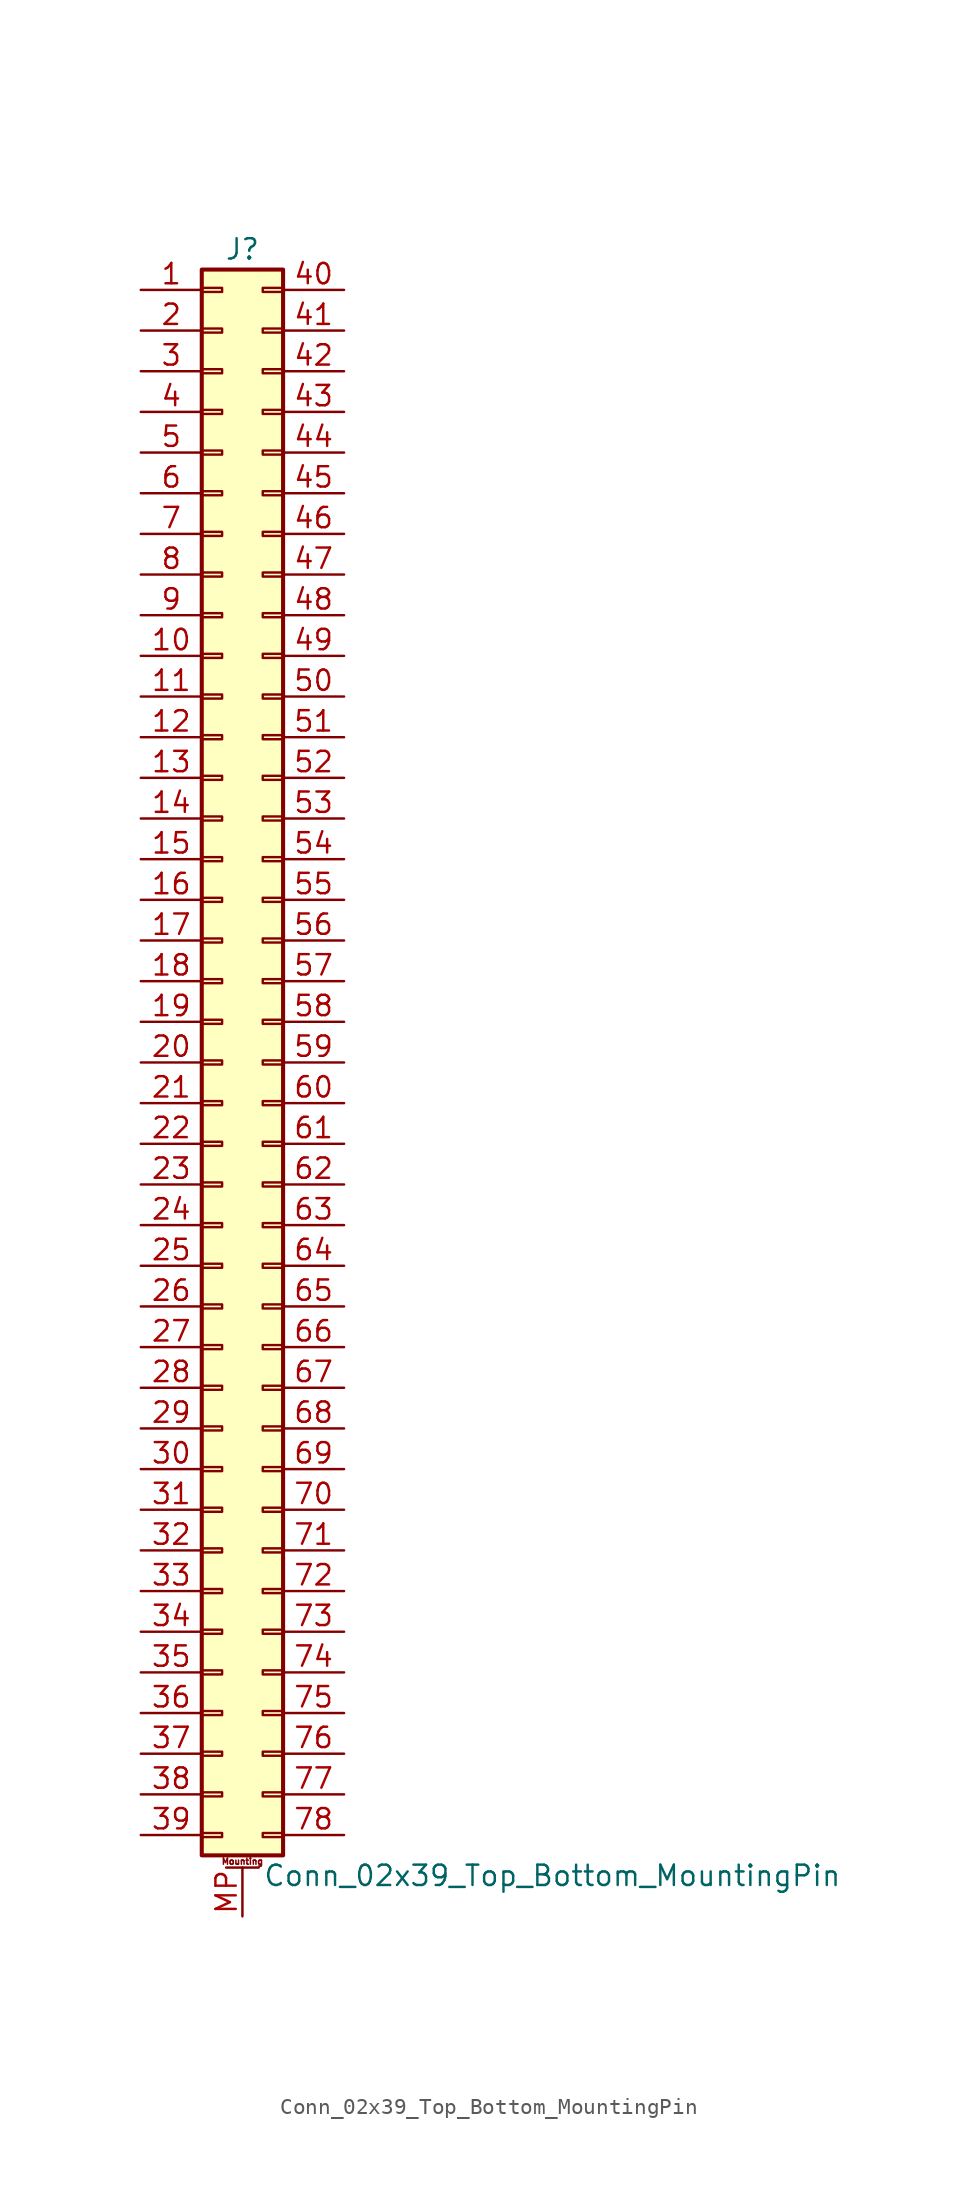
<source format=kicad_sym>
(kicad_symbol_lib
  (version 20201005)
  (generator kicad_symbol_editor)
  (symbol "Conn_02x39_Top_Bottom_MountingPin"
    (pin_names
      (offset 1.016) hide)
    (property "Reference" "J"
      (at 1.27 50.8 0)
      (effects (font (size 1.27 1.27))))
    (property "Value" "Conn_02x39_Top_Bottom_MountingPin"
      (at 2.54 -50.8 0)
      (effects (font (size 1.27 1.27)) (justify left)))
    (symbol "Conn_02x39_Top_Bottom_MountingPin_1_1"
      (text "Mounting" (at 1.27 -49.911 0) (effects (font (size 0.381 0.381))))
      (rectangle (start -1.27 -48.133) (end 0 -48.387) (stroke (width 0.152)) (fill (type none)))
      (rectangle (start -1.27 -45.593) (end 0 -45.847) (stroke (width 0.152)) (fill (type none)))
      (rectangle (start -1.27 -43.053) (end 0 -43.307) (stroke (width 0.152)) (fill (type none)))
      (rectangle (start -1.27 -40.513) (end 0 -40.767) (stroke (width 0.152)) (fill (type none)))
      (rectangle (start -1.27 -37.973) (end 0 -38.227) (stroke (width 0.152)) (fill (type none)))
      (rectangle (start -1.27 -35.433) (end 0 -35.687) (stroke (width 0.152)) (fill (type none)))
      (rectangle (start -1.27 -32.893) (end 0 -33.147) (stroke (width 0.152)) (fill (type none)))
      (rectangle (start -1.27 -30.353) (end 0 -30.607) (stroke (width 0.152)) (fill (type none)))
      (rectangle (start -1.27 -27.813) (end 0 -28.067) (stroke (width 0.152)) (fill (type none)))
      (rectangle (start -1.27 -25.273) (end 0 -25.527) (stroke (width 0.152)) (fill (type none)))
      (rectangle (start -1.27 -22.733) (end 0 -22.987) (stroke (width 0.152)) (fill (type none)))
      (rectangle (start -1.27 -20.193) (end 0 -20.447) (stroke (width 0.152)) (fill (type none)))
      (rectangle (start -1.27 -17.653) (end 0 -17.907) (stroke (width 0.152)) (fill (type none)))
      (rectangle (start -1.27 -15.113) (end 0 -15.367) (stroke (width 0.152)) (fill (type none)))
      (rectangle (start -1.27 -12.573) (end 0 -12.827) (stroke (width 0.152)) (fill (type none)))
      (rectangle (start -1.27 -10.033) (end 0 -10.287) (stroke (width 0.152)) (fill (type none)))
      (rectangle (start -1.27 -7.493) (end 0 -7.747) (stroke (width 0.152)) (fill (type none)))
      (rectangle (start -1.27 -4.953) (end 0 -5.207) (stroke (width 0.152)) (fill (type none)))
      (rectangle (start -1.27 -2.413) (end 0 -2.667) (stroke (width 0.152)) (fill (type none)))
      (rectangle (start -1.27 0.127) (end 0 -0.127) (stroke (width 0.152)) (fill (type none)))
      (rectangle (start -1.27 2.667) (end 0 2.413) (stroke (width 0.152)) (fill (type none)))
      (rectangle (start -1.27 5.207) (end 0 4.953) (stroke (width 0.152)) (fill (type none)))
      (rectangle (start -1.27 7.747) (end 0 7.493) (stroke (width 0.152)) (fill (type none)))
      (rectangle (start -1.27 10.287) (end 0 10.033) (stroke (width 0.152)) (fill (type none)))
      (rectangle (start -1.27 12.827) (end 0 12.573) (stroke (width 0.152)) (fill (type none)))
      (rectangle (start -1.27 15.367) (end 0 15.113) (stroke (width 0.152)) (fill (type none)))
      (rectangle (start -1.27 17.907) (end 0 17.653) (stroke (width 0.152)) (fill (type none)))
      (rectangle (start -1.27 20.447) (end 0 20.193) (stroke (width 0.152)) (fill (type none)))
      (rectangle (start -1.27 22.987) (end 0 22.733) (stroke (width 0.152)) (fill (type none)))
      (rectangle (start -1.27 25.527) (end 0 25.273) (stroke (width 0.152)) (fill (type none)))
      (rectangle (start -1.27 28.067) (end 0 27.813) (stroke (width 0.152)) (fill (type none)))
      (rectangle (start -1.27 30.607) (end 0 30.353) (stroke (width 0.152)) (fill (type none)))
      (rectangle (start -1.27 33.147) (end 0 32.893) (stroke (width 0.152)) (fill (type none)))
      (rectangle (start -1.27 35.687) (end 0 35.433) (stroke (width 0.152)) (fill (type none)))
      (rectangle (start -1.27 38.227) (end 0 37.973) (stroke (width 0.152)) (fill (type none)))
      (rectangle (start -1.27 40.767) (end 0 40.513) (stroke (width 0.152)) (fill (type none)))
      (rectangle (start -1.27 43.307) (end 0 43.053) (stroke (width 0.152)) (fill (type none)))
      (rectangle (start -1.27 45.847) (end 0 45.593) (stroke (width 0.152)) (fill (type none)))
      (rectangle (start -1.27 48.387) (end 0 48.133) (stroke (width 0.152)) (fill (type none)))
      (rectangle (start 3.81 -48.133) (end 2.54 -48.387) (stroke (width 0.152)) (fill (type none)))
      (rectangle (start 3.81 -45.593) (end 2.54 -45.847) (stroke (width 0.152)) (fill (type none)))
      (rectangle (start 3.81 -43.053) (end 2.54 -43.307) (stroke (width 0.152)) (fill (type none)))
      (rectangle (start 3.81 -40.513) (end 2.54 -40.767) (stroke (width 0.152)) (fill (type none)))
      (rectangle (start 3.81 -37.973) (end 2.54 -38.227) (stroke (width 0.152)) (fill (type none)))
      (rectangle (start 3.81 -35.433) (end 2.54 -35.687) (stroke (width 0.152)) (fill (type none)))
      (rectangle (start 3.81 -32.893) (end 2.54 -33.147) (stroke (width 0.152)) (fill (type none)))
      (rectangle (start 3.81 -30.353) (end 2.54 -30.607) (stroke (width 0.152)) (fill (type none)))
      (rectangle (start 3.81 -27.813) (end 2.54 -28.067) (stroke (width 0.152)) (fill (type none)))
      (rectangle (start 3.81 -25.273) (end 2.54 -25.527) (stroke (width 0.152)) (fill (type none)))
      (rectangle (start 3.81 -22.733) (end 2.54 -22.987) (stroke (width 0.152)) (fill (type none)))
      (rectangle (start 3.81 -20.193) (end 2.54 -20.447) (stroke (width 0.152)) (fill (type none)))
      (rectangle (start 3.81 -17.653) (end 2.54 -17.907) (stroke (width 0.152)) (fill (type none)))
      (rectangle (start 3.81 -15.113) (end 2.54 -15.367) (stroke (width 0.152)) (fill (type none)))
      (rectangle (start 3.81 -12.573) (end 2.54 -12.827) (stroke (width 0.152)) (fill (type none)))
      (rectangle (start 3.81 -10.033) (end 2.54 -10.287) (stroke (width 0.152)) (fill (type none)))
      (rectangle (start 3.81 -7.493) (end 2.54 -7.747) (stroke (width 0.152)) (fill (type none)))
      (rectangle (start 3.81 -4.953) (end 2.54 -5.207) (stroke (width 0.152)) (fill (type none)))
      (rectangle (start 3.81 -2.413) (end 2.54 -2.667) (stroke (width 0.152)) (fill (type none)))
      (rectangle (start 3.81 0.127) (end 2.54 -0.127) (stroke (width 0.152)) (fill (type none)))
      (rectangle (start 3.81 2.667) (end 2.54 2.413) (stroke (width 0.152)) (fill (type none)))
      (rectangle (start 3.81 5.207) (end 2.54 4.953) (stroke (width 0.152)) (fill (type none)))
      (rectangle (start 3.81 7.747) (end 2.54 7.493) (stroke (width 0.152)) (fill (type none)))
      (rectangle (start 3.81 10.287) (end 2.54 10.033) (stroke (width 0.152)) (fill (type none)))
      (rectangle (start 3.81 12.827) (end 2.54 12.573) (stroke (width 0.152)) (fill (type none)))
      (rectangle (start 3.81 15.367) (end 2.54 15.113) (stroke (width 0.152)) (fill (type none)))
      (rectangle (start 3.81 17.907) (end 2.54 17.653) (stroke (width 0.152)) (fill (type none)))
      (rectangle (start 3.81 20.447) (end 2.54 20.193) (stroke (width 0.152)) (fill (type none)))
      (rectangle (start 3.81 22.987) (end 2.54 22.733) (stroke (width 0.152)) (fill (type none)))
      (rectangle (start 3.81 25.527) (end 2.54 25.273) (stroke (width 0.152)) (fill (type none)))
      (rectangle (start 3.81 28.067) (end 2.54 27.813) (stroke (width 0.152)) (fill (type none)))
      (rectangle (start 3.81 30.607) (end 2.54 30.353) (stroke (width 0.152)) (fill (type none)))
      (rectangle (start 3.81 33.147) (end 2.54 32.893) (stroke (width 0.152)) (fill (type none)))
      (rectangle (start 3.81 35.687) (end 2.54 35.433) (stroke (width 0.152)) (fill (type none)))
      (rectangle (start 3.81 38.227) (end 2.54 37.973) (stroke (width 0.152)) (fill (type none)))
      (rectangle (start 3.81 40.767) (end 2.54 40.513) (stroke (width 0.152)) (fill (type none)))
      (rectangle (start 3.81 43.307) (end 2.54 43.053) (stroke (width 0.152)) (fill (type none)))
      (rectangle (start 3.81 45.847) (end 2.54 45.593) (stroke (width 0.152)) (fill (type none)))
      (rectangle (start 3.81 48.387) (end 2.54 48.133) (stroke (width 0.152)) (fill (type none)))
      (rectangle (start -1.27 49.53) (end 3.81 -49.53) (stroke (width 0.254)) (fill (type background)))
      (polyline (pts (xy 0.254 -50.292) (xy 2.286 -50.292)) (stroke (width 0.152)) (fill (type none)))
      (pin passive line (at -5.08 48.26 0) (length 3.81) (name "Pin_1" (effects (font (size 1.27 1.27)))) (number "1" (effects (font (size 1.27 1.27)))))
      (pin passive line (at -5.08 25.4 0) (length 3.81) (name "Pin_10" (effects (font (size 1.27 1.27)))) (number "10" (effects (font (size 1.27 1.27)))))
      (pin passive line (at -5.08 22.86 0) (length 3.81) (name "Pin_11" (effects (font (size 1.27 1.27)))) (number "11" (effects (font (size 1.27 1.27)))))
      (pin passive line (at -5.08 20.32 0) (length 3.81) (name "Pin_12" (effects (font (size 1.27 1.27)))) (number "12" (effects (font (size 1.27 1.27)))))
      (pin passive line (at -5.08 17.78 0) (length 3.81) (name "Pin_13" (effects (font (size 1.27 1.27)))) (number "13" (effects (font (size 1.27 1.27)))))
      (pin passive line (at -5.08 15.24 0) (length 3.81) (name "Pin_14" (effects (font (size 1.27 1.27)))) (number "14" (effects (font (size 1.27 1.27)))))
      (pin passive line (at -5.08 12.7 0) (length 3.81) (name "Pin_15" (effects (font (size 1.27 1.27)))) (number "15" (effects (font (size 1.27 1.27)))))
      (pin passive line (at -5.08 10.16 0) (length 3.81) (name "Pin_16" (effects (font (size 1.27 1.27)))) (number "16" (effects (font (size 1.27 1.27)))))
      (pin passive line (at -5.08 7.62 0) (length 3.81) (name "Pin_17" (effects (font (size 1.27 1.27)))) (number "17" (effects (font (size 1.27 1.27)))))
      (pin passive line (at -5.08 5.08 0) (length 3.81) (name "Pin_18" (effects (font (size 1.27 1.27)))) (number "18" (effects (font (size 1.27 1.27)))))
      (pin passive line (at -5.08 2.54 0) (length 3.81) (name "Pin_19" (effects (font (size 1.27 1.27)))) (number "19" (effects (font (size 1.27 1.27)))))
      (pin passive line (at -5.08 45.72 0) (length 3.81) (name "Pin_2" (effects (font (size 1.27 1.27)))) (number "2" (effects (font (size 1.27 1.27)))))
      (pin passive line (at -5.08 0 0) (length 3.81) (name "Pin_20" (effects (font (size 1.27 1.27)))) (number "20" (effects (font (size 1.27 1.27)))))
      (pin passive line (at -5.08 -2.54 0) (length 3.81) (name "Pin_21" (effects (font (size 1.27 1.27)))) (number "21" (effects (font (size 1.27 1.27)))))
      (pin passive line (at -5.08 -5.08 0) (length 3.81) (name "Pin_22" (effects (font (size 1.27 1.27)))) (number "22" (effects (font (size 1.27 1.27)))))
      (pin passive line (at -5.08 -7.62 0) (length 3.81) (name "Pin_23" (effects (font (size 1.27 1.27)))) (number "23" (effects (font (size 1.27 1.27)))))
      (pin passive line (at -5.08 -10.16 0) (length 3.81) (name "Pin_24" (effects (font (size 1.27 1.27)))) (number "24" (effects (font (size 1.27 1.27)))))
      (pin passive line (at -5.08 -12.7 0) (length 3.81) (name "Pin_25" (effects (font (size 1.27 1.27)))) (number "25" (effects (font (size 1.27 1.27)))))
      (pin passive line (at -5.08 -15.24 0) (length 3.81) (name "Pin_26" (effects (font (size 1.27 1.27)))) (number "26" (effects (font (size 1.27 1.27)))))
      (pin passive line (at -5.08 -17.78 0) (length 3.81) (name "Pin_27" (effects (font (size 1.27 1.27)))) (number "27" (effects (font (size 1.27 1.27)))))
      (pin passive line (at -5.08 -20.32 0) (length 3.81) (name "Pin_28" (effects (font (size 1.27 1.27)))) (number "28" (effects (font (size 1.27 1.27)))))
      (pin passive line (at -5.08 -22.86 0) (length 3.81) (name "Pin_29" (effects (font (size 1.27 1.27)))) (number "29" (effects (font (size 1.27 1.27)))))
      (pin passive line (at -5.08 43.18 0) (length 3.81) (name "Pin_3" (effects (font (size 1.27 1.27)))) (number "3" (effects (font (size 1.27 1.27)))))
      (pin passive line (at -5.08 -25.4 0) (length 3.81) (name "Pin_30" (effects (font (size 1.27 1.27)))) (number "30" (effects (font (size 1.27 1.27)))))
      (pin passive line (at -5.08 -27.94 0) (length 3.81) (name "Pin_31" (effects (font (size 1.27 1.27)))) (number "31" (effects (font (size 1.27 1.27)))))
      (pin passive line (at -5.08 -30.48 0) (length 3.81) (name "Pin_32" (effects (font (size 1.27 1.27)))) (number "32" (effects (font (size 1.27 1.27)))))
      (pin passive line (at -5.08 -33.02 0) (length 3.81) (name "Pin_33" (effects (font (size 1.27 1.27)))) (number "33" (effects (font (size 1.27 1.27)))))
      (pin passive line (at -5.08 -35.56 0) (length 3.81) (name "Pin_34" (effects (font (size 1.27 1.27)))) (number "34" (effects (font (size 1.27 1.27)))))
      (pin passive line (at -5.08 -38.1 0) (length 3.81) (name "Pin_35" (effects (font (size 1.27 1.27)))) (number "35" (effects (font (size 1.27 1.27)))))
      (pin passive line (at -5.08 -40.64 0) (length 3.81) (name "Pin_36" (effects (font (size 1.27 1.27)))) (number "36" (effects (font (size 1.27 1.27)))))
      (pin passive line (at -5.08 -43.18 0) (length 3.81) (name "Pin_37" (effects (font (size 1.27 1.27)))) (number "37" (effects (font (size 1.27 1.27)))))
      (pin passive line (at -5.08 -45.72 0) (length 3.81) (name "Pin_38" (effects (font (size 1.27 1.27)))) (number "38" (effects (font (size 1.27 1.27)))))
      (pin passive line (at -5.08 -48.26 0) (length 3.81) (name "Pin_39" (effects (font (size 1.27 1.27)))) (number "39" (effects (font (size 1.27 1.27)))))
      (pin passive line (at -5.08 40.64 0) (length 3.81) (name "Pin_4" (effects (font (size 1.27 1.27)))) (number "4" (effects (font (size 1.27 1.27)))))
      (pin passive line (at 7.62 48.26 180) (length 3.81) (name "Pin_40" (effects (font (size 1.27 1.27)))) (number "40" (effects (font (size 1.27 1.27)))))
      (pin passive line (at 7.62 45.72 180) (length 3.81) (name "Pin_41" (effects (font (size 1.27 1.27)))) (number "41" (effects (font (size 1.27 1.27)))))
      (pin passive line (at 7.62 43.18 180) (length 3.81) (name "Pin_42" (effects (font (size 1.27 1.27)))) (number "42" (effects (font (size 1.27 1.27)))))
      (pin passive line (at 7.62 40.64 180) (length 3.81) (name "Pin_43" (effects (font (size 1.27 1.27)))) (number "43" (effects (font (size 1.27 1.27)))))
      (pin passive line (at 7.62 38.1 180) (length 3.81) (name "Pin_44" (effects (font (size 1.27 1.27)))) (number "44" (effects (font (size 1.27 1.27)))))
      (pin passive line (at 7.62 35.56 180) (length 3.81) (name "Pin_45" (effects (font (size 1.27 1.27)))) (number "45" (effects (font (size 1.27 1.27)))))
      (pin passive line (at 7.62 33.02 180) (length 3.81) (name "Pin_46" (effects (font (size 1.27 1.27)))) (number "46" (effects (font (size 1.27 1.27)))))
      (pin passive line (at 7.62 30.48 180) (length 3.81) (name "Pin_47" (effects (font (size 1.27 1.27)))) (number "47" (effects (font (size 1.27 1.27)))))
      (pin passive line (at 7.62 27.94 180) (length 3.81) (name "Pin_48" (effects (font (size 1.27 1.27)))) (number "48" (effects (font (size 1.27 1.27)))))
      (pin passive line (at 7.62 25.4 180) (length 3.81) (name "Pin_49" (effects (font (size 1.27 1.27)))) (number "49" (effects (font (size 1.27 1.27)))))
      (pin passive line (at -5.08 38.1 0) (length 3.81) (name "Pin_5" (effects (font (size 1.27 1.27)))) (number "5" (effects (font (size 1.27 1.27)))))
      (pin passive line (at 7.62 22.86 180) (length 3.81) (name "Pin_50" (effects (font (size 1.27 1.27)))) (number "50" (effects (font (size 1.27 1.27)))))
      (pin passive line (at 7.62 20.32 180) (length 3.81) (name "Pin_51" (effects (font (size 1.27 1.27)))) (number "51" (effects (font (size 1.27 1.27)))))
      (pin passive line (at 7.62 17.78 180) (length 3.81) (name "Pin_52" (effects (font (size 1.27 1.27)))) (number "52" (effects (font (size 1.27 1.27)))))
      (pin passive line (at 7.62 15.24 180) (length 3.81) (name "Pin_53" (effects (font (size 1.27 1.27)))) (number "53" (effects (font (size 1.27 1.27)))))
      (pin passive line (at 7.62 12.7 180) (length 3.81) (name "Pin_54" (effects (font (size 1.27 1.27)))) (number "54" (effects (font (size 1.27 1.27)))))
      (pin passive line (at 7.62 10.16 180) (length 3.81) (name "Pin_55" (effects (font (size 1.27 1.27)))) (number "55" (effects (font (size 1.27 1.27)))))
      (pin passive line (at 7.62 7.62 180) (length 3.81) (name "Pin_56" (effects (font (size 1.27 1.27)))) (number "56" (effects (font (size 1.27 1.27)))))
      (pin passive line (at 7.62 5.08 180) (length 3.81) (name "Pin_57" (effects (font (size 1.27 1.27)))) (number "57" (effects (font (size 1.27 1.27)))))
      (pin passive line (at 7.62 2.54 180) (length 3.81) (name "Pin_58" (effects (font (size 1.27 1.27)))) (number "58" (effects (font (size 1.27 1.27)))))
      (pin passive line (at 7.62 0 180) (length 3.81) (name "Pin_59" (effects (font (size 1.27 1.27)))) (number "59" (effects (font (size 1.27 1.27)))))
      (pin passive line (at -5.08 35.56 0) (length 3.81) (name "Pin_6" (effects (font (size 1.27 1.27)))) (number "6" (effects (font (size 1.27 1.27)))))
      (pin passive line (at 7.62 -2.54 180) (length 3.81) (name "Pin_60" (effects (font (size 1.27 1.27)))) (number "60" (effects (font (size 1.27 1.27)))))
      (pin passive line (at 7.62 -5.08 180) (length 3.81) (name "Pin_61" (effects (font (size 1.27 1.27)))) (number "61" (effects (font (size 1.27 1.27)))))
      (pin passive line (at 7.62 -7.62 180) (length 3.81) (name "Pin_62" (effects (font (size 1.27 1.27)))) (number "62" (effects (font (size 1.27 1.27)))))
      (pin passive line (at 7.62 -10.16 180) (length 3.81) (name "Pin_63" (effects (font (size 1.27 1.27)))) (number "63" (effects (font (size 1.27 1.27)))))
      (pin passive line (at 7.62 -12.7 180) (length 3.81) (name "Pin_64" (effects (font (size 1.27 1.27)))) (number "64" (effects (font (size 1.27 1.27)))))
      (pin passive line (at 7.62 -15.24 180) (length 3.81) (name "Pin_65" (effects (font (size 1.27 1.27)))) (number "65" (effects (font (size 1.27 1.27)))))
      (pin passive line (at 7.62 -17.78 180) (length 3.81) (name "Pin_66" (effects (font (size 1.27 1.27)))) (number "66" (effects (font (size 1.27 1.27)))))
      (pin passive line (at 7.62 -20.32 180) (length 3.81) (name "Pin_67" (effects (font (size 1.27 1.27)))) (number "67" (effects (font (size 1.27 1.27)))))
      (pin passive line (at 7.62 -22.86 180) (length 3.81) (name "Pin_68" (effects (font (size 1.27 1.27)))) (number "68" (effects (font (size 1.27 1.27)))))
      (pin passive line (at 7.62 -25.4 180) (length 3.81) (name "Pin_69" (effects (font (size 1.27 1.27)))) (number "69" (effects (font (size 1.27 1.27)))))
      (pin passive line (at -5.08 33.02 0) (length 3.81) (name "Pin_7" (effects (font (size 1.27 1.27)))) (number "7" (effects (font (size 1.27 1.27)))))
      (pin passive line (at 7.62 -27.94 180) (length 3.81) (name "Pin_70" (effects (font (size 1.27 1.27)))) (number "70" (effects (font (size 1.27 1.27)))))
      (pin passive line (at 7.62 -30.48 180) (length 3.81) (name "Pin_71" (effects (font (size 1.27 1.27)))) (number "71" (effects (font (size 1.27 1.27)))))
      (pin passive line (at 7.62 -33.02 180) (length 3.81) (name "Pin_72" (effects (font (size 1.27 1.27)))) (number "72" (effects (font (size 1.27 1.27)))))
      (pin passive line (at 7.62 -35.56 180) (length 3.81) (name "Pin_73" (effects (font (size 1.27 1.27)))) (number "73" (effects (font (size 1.27 1.27)))))
      (pin passive line (at 7.62 -38.1 180) (length 3.81) (name "Pin_74" (effects (font (size 1.27 1.27)))) (number "74" (effects (font (size 1.27 1.27)))))
      (pin passive line (at 7.62 -40.64 180) (length 3.81) (name "Pin_75" (effects (font (size 1.27 1.27)))) (number "75" (effects (font (size 1.27 1.27)))))
      (pin passive line (at 7.62 -43.18 180) (length 3.81) (name "Pin_76" (effects (font (size 1.27 1.27)))) (number "76" (effects (font (size 1.27 1.27)))))
      (pin passive line (at 7.62 -45.72 180) (length 3.81) (name "Pin_77" (effects (font (size 1.27 1.27)))) (number "77" (effects (font (size 1.27 1.27)))))
      (pin passive line (at 7.62 -48.26 180) (length 3.81) (name "Pin_78" (effects (font (size 1.27 1.27)))) (number "78" (effects (font (size 1.27 1.27)))))
      (pin passive line (at -5.08 30.48 0) (length 3.81) (name "Pin_8" (effects (font (size 1.27 1.27)))) (number "8" (effects (font (size 1.27 1.27)))))
      (pin passive line (at -5.08 27.94 0) (length 3.81) (name "Pin_9" (effects (font (size 1.27 1.27)))) (number "9" (effects (font (size 1.27 1.27)))))
      (pin passive line (at 1.27 -53.34 90) (length 3.048) (name "MountPin" (effects (font (size 1.27 1.27)))) (number "MP" (effects (font (size 1.27 1.27))))))))
</source>
